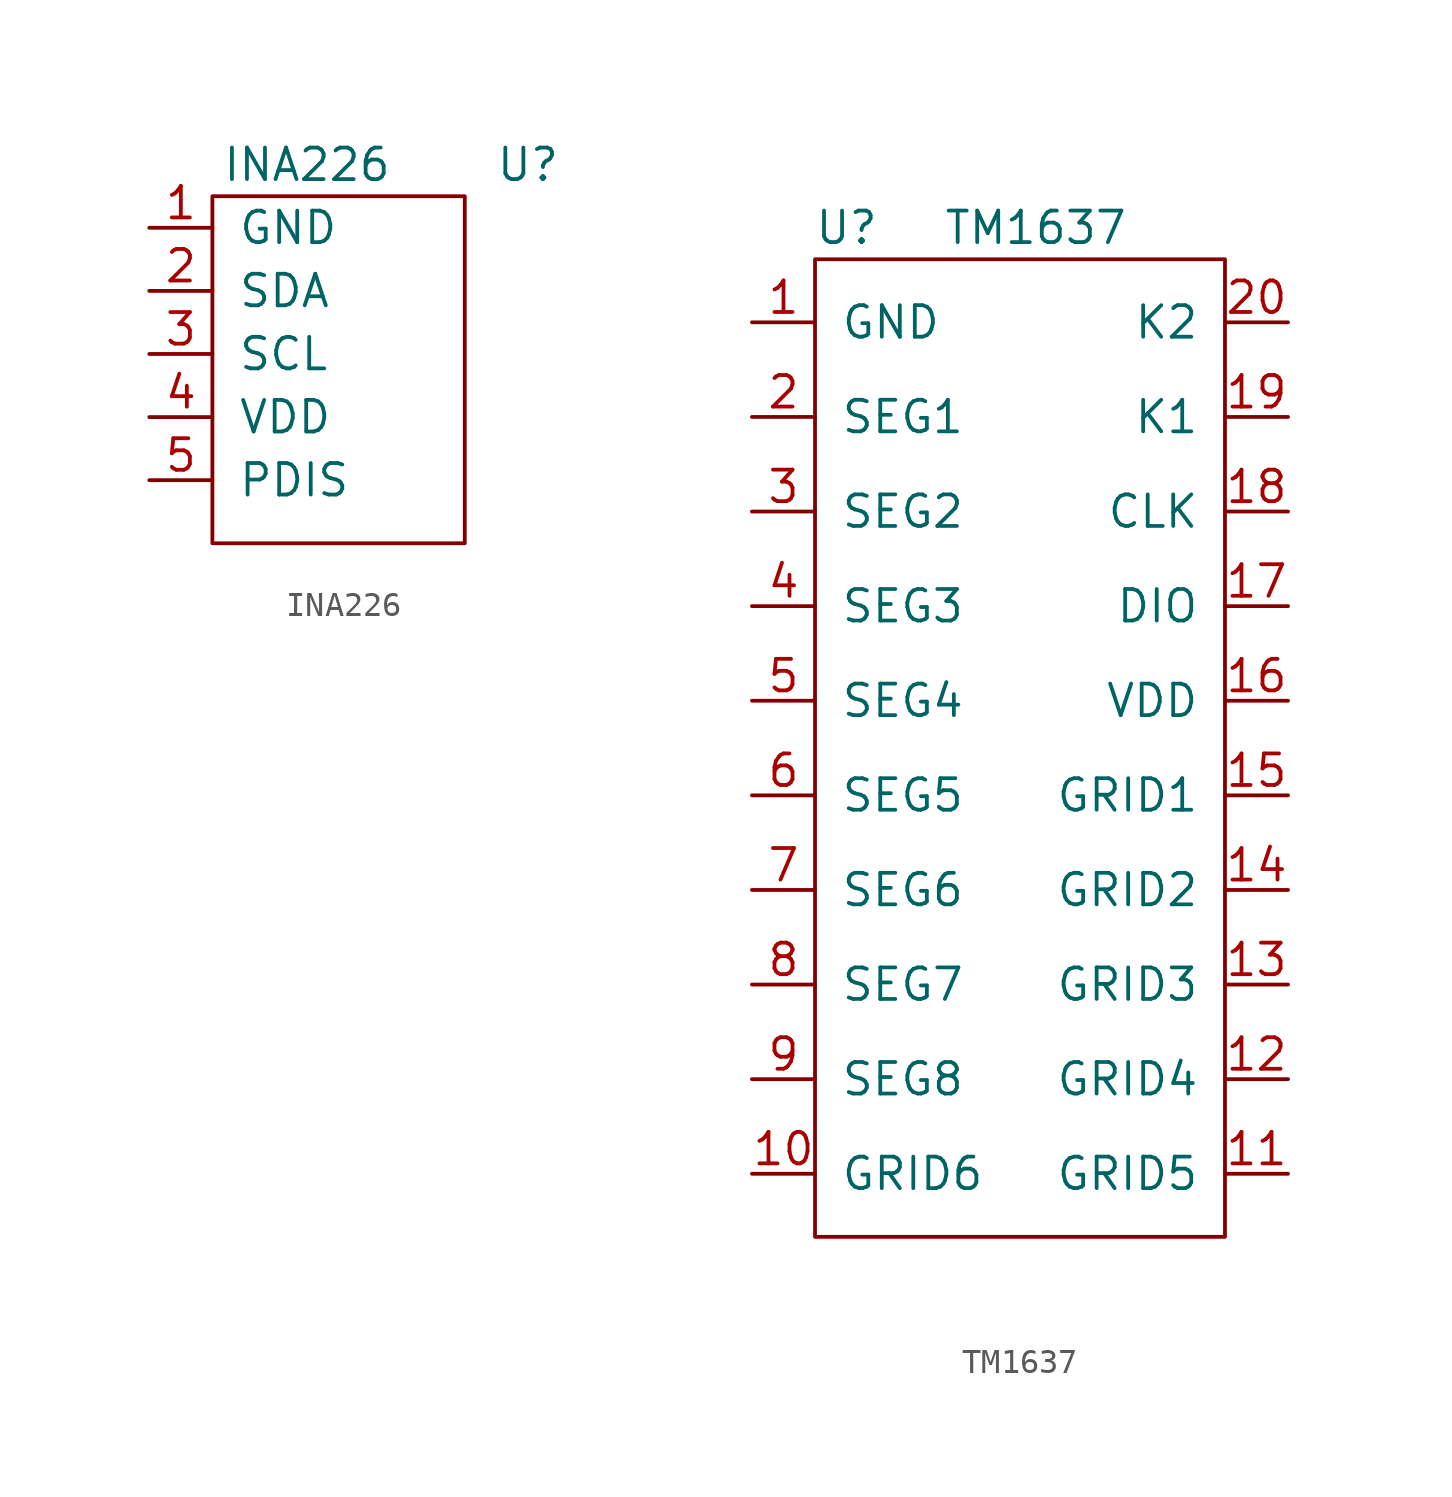
<source format=kicad_sym>
(kicad_symbol_lib
  (version 20220914)
  (generator kicad_symbol_editor)
  (symbol "INA226"
    (pin_names
      (offset 1.016))
    (property "Reference" "U"
      (at 15.24 15.24 0)
      (effects (font (size 1.27 1.27))))
    (property "Value" "INA226"
      (at 6.35 15.24 0)
      (effects (font (size 1.27 1.27))))
    (symbol "INA226_0_1"
      (rectangle (start 2.54 13.97) (end 12.7 0) (stroke (width 0) (type default)) (fill (type none))))
    (symbol "INA226_1_1"
      (pin power_in line (at 0 12.7 0) (length 2.54) (name "GND" (effects (font (size 1.27 1.27)))) (number "1" (effects (font (size 1.27 1.27)))))
      (pin bidirectional line (at 0 10.16 0) (length 2.54) (name "SDA" (effects (font (size 1.27 1.27)))) (number "2" (effects (font (size 1.27 1.27)))))
      (pin bidirectional line (at 0 7.62 0) (length 2.54) (name "SCL" (effects (font (size 1.27 1.27)))) (number "3" (effects (font (size 1.27 1.27)))))
      (pin power_in line (at 0 5.08 0) (length 2.54) (name "VDD" (effects (font (size 1.27 1.27)))) (number "4" (effects (font (size 1.27 1.27)))))
      (pin bidirectional line (at 0 2.54 0) (length 2.54) (name "PDIS" (effects (font (size 1.27 1.27)))) (number "5" (effects (font (size 1.27 1.27)))))))
  (symbol "TM1637"
    (pin_names
      (offset 1.016))
    (property "Reference" "U"
      (at 1.27 40.64 0)
      (effects (font (size 1.27 1.27))))
    (property "Value" "TM1637"
      (at 8.89 40.64 0)
      (effects (font (size 1.27 1.27))))
    (symbol "TM1637_0_1"
      (rectangle (start 0 39.37) (end 16.51 0) (stroke (width 0) (type default)) (fill (type none))))
    (symbol "TM1637_1_1"
      (pin power_in line (at -2.54 36.83 0) (length 2.54) (name "GND" (effects (font (size 1.27 1.27)))) (number "1" (effects (font (size 1.27 1.27)))))
      (pin input line (at -2.54 2.54 0) (length 2.54) (name "GRID6" (effects (font (size 1.27 1.27)))) (number "10" (effects (font (size 1.27 1.27)))))
      (pin input line (at 19.05 2.54 180) (length 2.54) (name "GRID5" (effects (font (size 1.27 1.27)))) (number "11" (effects (font (size 1.27 1.27)))))
      (pin input line (at 19.05 6.35 180) (length 2.54) (name "GRID4" (effects (font (size 1.27 1.27)))) (number "12" (effects (font (size 1.27 1.27)))))
      (pin input line (at 19.05 10.16 180) (length 2.54) (name "GRID3" (effects (font (size 1.27 1.27)))) (number "13" (effects (font (size 1.27 1.27)))))
      (pin input line (at 19.05 13.97 180) (length 2.54) (name "GRID2" (effects (font (size 1.27 1.27)))) (number "14" (effects (font (size 1.27 1.27)))))
      (pin input line (at 19.05 17.78 180) (length 2.54) (name "GRID1" (effects (font (size 1.27 1.27)))) (number "15" (effects (font (size 1.27 1.27)))))
      (pin power_in line (at 19.05 21.59 180) (length 2.54) (name "VDD" (effects (font (size 1.27 1.27)))) (number "16" (effects (font (size 1.27 1.27)))))
      (pin input line (at 19.05 25.4 180) (length 2.54) (name "DIO" (effects (font (size 1.27 1.27)))) (number "17" (effects (font (size 1.27 1.27)))))
      (pin input line (at 19.05 29.21 180) (length 2.54) (name "CLK" (effects (font (size 1.27 1.27)))) (number "18" (effects (font (size 1.27 1.27)))))
      (pin input line (at 19.05 33.02 180) (length 2.54) (name "K1" (effects (font (size 1.27 1.27)))) (number "19" (effects (font (size 1.27 1.27)))))
      (pin output line (at -2.54 33.02 0) (length 2.54) (name "SEG1" (effects (font (size 1.27 1.27)))) (number "2" (effects (font (size 1.27 1.27)))))
      (pin input line (at 19.05 36.83 180) (length 2.54) (name "K2" (effects (font (size 1.27 1.27)))) (number "20" (effects (font (size 1.27 1.27)))))
      (pin output line (at -2.54 29.21 0) (length 2.54) (name "SEG2" (effects (font (size 1.27 1.27)))) (number "3" (effects (font (size 1.27 1.27)))))
      (pin output line (at -2.54 25.4 0) (length 2.54) (name "SEG3" (effects (font (size 1.27 1.27)))) (number "4" (effects (font (size 1.27 1.27)))))
      (pin output line (at -2.54 21.59 0) (length 2.54) (name "SEG4" (effects (font (size 1.27 1.27)))) (number "5" (effects (font (size 1.27 1.27)))))
      (pin output line (at -2.54 17.78 0) (length 2.54) (name "SEG5" (effects (font (size 1.27 1.27)))) (number "6" (effects (font (size 1.27 1.27)))))
      (pin output line (at -2.54 13.97 0) (length 2.54) (name "SEG6" (effects (font (size 1.27 1.27)))) (number "7" (effects (font (size 1.27 1.27)))))
      (pin output line (at -2.54 10.16 0) (length 2.54) (name "SEG7" (effects (font (size 1.27 1.27)))) (number "8" (effects (font (size 1.27 1.27)))))
      (pin output line (at -2.54 6.35 0) (length 2.54) (name "SEG8" (effects (font (size 1.27 1.27)))) (number "9" (effects (font (size 1.27 1.27))))))))
</source>
